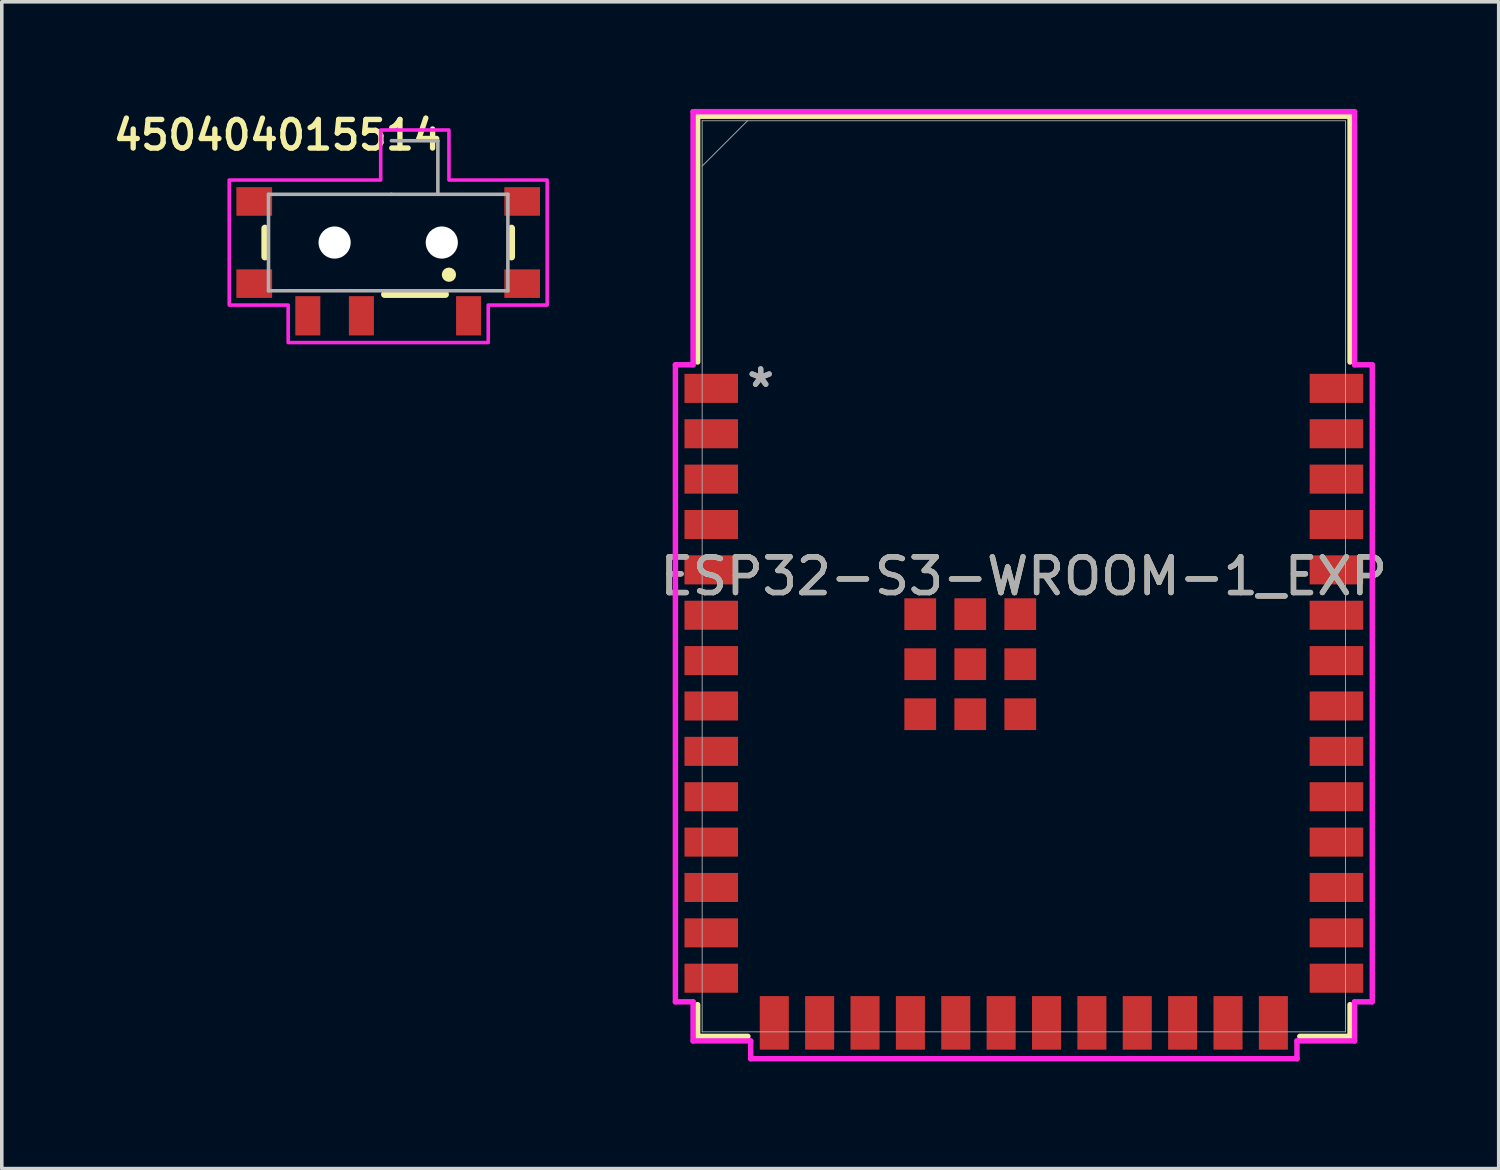
<source format=kicad_pcb>
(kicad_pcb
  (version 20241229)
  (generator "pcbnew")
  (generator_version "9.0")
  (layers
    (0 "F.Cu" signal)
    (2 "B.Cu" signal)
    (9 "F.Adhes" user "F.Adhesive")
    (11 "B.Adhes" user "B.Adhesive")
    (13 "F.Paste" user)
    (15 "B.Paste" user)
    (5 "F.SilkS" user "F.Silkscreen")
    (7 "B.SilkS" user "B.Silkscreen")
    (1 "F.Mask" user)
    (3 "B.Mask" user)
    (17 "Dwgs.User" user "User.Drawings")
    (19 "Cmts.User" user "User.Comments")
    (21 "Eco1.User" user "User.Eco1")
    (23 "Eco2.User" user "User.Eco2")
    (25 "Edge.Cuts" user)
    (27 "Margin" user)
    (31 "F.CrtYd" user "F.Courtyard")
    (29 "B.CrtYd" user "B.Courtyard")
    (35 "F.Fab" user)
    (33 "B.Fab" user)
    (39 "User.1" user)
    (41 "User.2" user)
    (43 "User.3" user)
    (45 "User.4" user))
  (footprint "ESP32-S3-WROOM-1_EXP"
    (layer "F.Cu")
    (at 25.608 13.081)
    (property "Reference" "ESP32-S3-WROOM-1_EXP" (at 0 0 0) (unlocked yes) (layer "F.SilkS") (effects (font (size 1 1) (thickness 0.15))))
    (attr smd)
    (fp_line (start -9.131 -12.878) (end -9.131 -5.999) (stroke (width 0.152) (type solid)) (layer "F.SilkS"))
    (fp_line (start -9.131 11.989) (end -9.131 12.878) (stroke (width 0.152) (type solid)) (layer "F.SilkS"))
    (fp_line (start -9.131 12.878) (end -7.724 12.878) (stroke (width 0.152) (type solid)) (layer "F.SilkS"))
    (fp_line (start 7.724 12.878) (end 9.131 12.878) (stroke (width 0.152) (type solid)) (layer "F.SilkS"))
    (fp_line (start 9.131 -12.878) (end -9.131 -12.878) (stroke (width 0.152) (type solid)) (layer "F.SilkS"))
    (fp_line (start 9.131 -5.999) (end 9.131 -12.878) (stroke (width 0.152) (type solid)) (layer "F.SilkS"))
    (fp_line (start 9.131 12.878) (end 9.131 11.989) (stroke (width 0.152) (type solid)) (layer "F.SilkS"))
    (fp_line (start -9.753 -5.92) (end -9.753 11.91) (stroke (width 0.152) (type solid)) (layer "F.CrtYd"))
    (fp_line (start -9.753 11.91) (end -9.258 11.91) (stroke (width 0.152) (type solid)) (layer "F.CrtYd"))
    (fp_line (start -9.258 -13.005) (end -9.258 -5.92) (stroke (width 0.152) (type solid)) (layer "F.CrtYd"))
    (fp_line (start -9.258 -5.92) (end -9.753 -5.92) (stroke (width 0.152) (type solid)) (layer "F.CrtYd"))
    (fp_line (start -9.258 11.91) (end -9.258 13.005) (stroke (width 0.152) (type solid)) (layer "F.CrtYd"))
    (fp_line (start -9.258 13.005) (end -7.645 13.005) (stroke (width 0.152) (type solid)) (layer "F.CrtYd"))
    (fp_line (start -7.645 13.005) (end -7.645 13.503) (stroke (width 0.152) (type solid)) (layer "F.CrtYd"))
    (fp_line (start -7.645 13.503) (end 7.645 13.503) (stroke (width 0.152) (type solid)) (layer "F.CrtYd"))
    (fp_line (start 7.645 13.005) (end 9.258 13.005) (stroke (width 0.152) (type solid)) (layer "F.CrtYd"))
    (fp_line (start 7.645 13.503) (end 7.645 13.005) (stroke (width 0.152) (type solid)) (layer "F.CrtYd"))
    (fp_line (start 9.258 -13.005) (end -9.258 -13.005) (stroke (width 0.152) (type solid)) (layer "F.CrtYd"))
    (fp_line (start 9.258 -5.92) (end 9.258 -13.005) (stroke (width 0.152) (type solid)) (layer "F.CrtYd"))
    (fp_line (start 9.258 11.91) (end 9.753 11.91) (stroke (width 0.152) (type solid)) (layer "F.CrtYd"))
    (fp_line (start 9.258 13.005) (end 9.258 11.91) (stroke (width 0.152) (type solid)) (layer "F.CrtYd"))
    (fp_line (start 9.753 -5.92) (end 9.258 -5.92) (stroke (width 0.152) (type solid)) (layer "F.CrtYd"))
    (fp_line (start 9.753 11.91) (end 9.753 -5.92) (stroke (width 0.152) (type solid)) (layer "F.CrtYd"))
    (fp_line (start -9.004 -12.751) (end -9.004 12.751) (stroke (width 0.025) (type solid)) (layer "F.Fab"))
    (fp_line (start -9.004 -11.481) (end -7.734 -12.751) (stroke (width 0.025) (type solid)) (layer "F.Fab"))
    (fp_line (start -9.004 12.751) (end 9.004 12.751) (stroke (width 0.025) (type solid)) (layer "F.Fab"))
    (fp_line (start 9.004 -12.751) (end -9.004 -12.751) (stroke (width 0.025) (type solid)) (layer "F.Fab"))
    (fp_line (start 9.004 12.751) (end 9.004 -12.751) (stroke (width 0.025) (type solid)) (layer "F.Fab"))
    (fp_text user "${REFERENCE}" (at 0 0 0) (unlocked yes) (layer "F.Fab") (effects (font (size 1 1) (thickness 0.15))))
    (fp_text user "*" (at -7.366 -5.26 0) (unlocked yes) (layer "F.Fab") (effects (font (size 1 1) (thickness 0.15))))
    (fp_text user "*" (at -7.366 -5.26 0) (layer "F.Fab") (effects (font (size 1 1) (thickness 0.15))))
    (pad "1" smd rect (at -8.75 -5.26) (size 1.499 0.813) (layers "F.Cu" "F.Mask" "F.Paste"))
    (pad "2" smd rect (at -8.75 -3.99) (size 1.499 0.813) (layers "F.Cu" "F.Mask" "F.Paste"))
    (pad "3" smd rect (at -8.75 -2.72) (size 1.499 0.813) (layers "F.Cu" "F.Mask" "F.Paste"))
    (pad "4" smd rect (at -8.75 -1.45) (size 1.499 0.813) (layers "F.Cu" "F.Mask" "F.Paste"))
    (pad "5" smd rect (at -8.75 -0.18) (size 1.499 0.813) (layers "F.Cu" "F.Mask" "F.Paste"))
    (pad "6" smd rect (at -8.75 1.09) (size 1.499 0.813) (layers "F.Cu" "F.Mask" "F.Paste"))
    (pad "7" smd rect (at -8.75 2.36) (size 1.499 0.813) (layers "F.Cu" "F.Mask" "F.Paste"))
    (pad "8" smd rect (at -8.75 3.63) (size 1.499 0.813) (layers "F.Cu" "F.Mask" "F.Paste"))
    (pad "9" smd rect (at -8.75 4.9) (size 1.499 0.813) (layers "F.Cu" "F.Mask" "F.Paste"))
    (pad "10" smd rect (at -8.75 6.17) (size 1.499 0.813) (layers "F.Cu" "F.Mask" "F.Paste"))
    (pad "11" smd rect (at -8.75 7.44) (size 1.499 0.813) (layers "F.Cu" "F.Mask" "F.Paste"))
    (pad "12" smd rect (at -8.75 8.71) (size 1.499 0.813) (layers "F.Cu" "F.Mask" "F.Paste"))
    (pad "13" smd rect (at -8.75 9.98) (size 1.499 0.813) (layers "F.Cu" "F.Mask" "F.Paste"))
    (pad "14" smd rect (at -8.75 11.25) (size 1.499 0.813) (layers "F.Cu" "F.Mask" "F.Paste"))
    (pad "15" smd rect (at -6.985 12.5 90) (size 1.499 0.813) (layers "F.Cu" "F.Mask" "F.Paste"))
    (pad "16" smd rect (at -5.715 12.5 90) (size 1.499 0.813) (layers "F.Cu" "F.Mask" "F.Paste"))
    (pad "17" smd rect (at -4.445 12.5 90) (size 1.499 0.813) (layers "F.Cu" "F.Mask" "F.Paste"))
    (pad "18" smd rect (at -3.175 12.5 90) (size 1.499 0.813) (layers "F.Cu" "F.Mask" "F.Paste"))
    (pad "19" smd rect (at -1.905 12.5 90) (size 1.499 0.813) (layers "F.Cu" "F.Mask" "F.Paste"))
    (pad "20" smd rect (at -0.635 12.5 90) (size 1.499 0.813) (layers "F.Cu" "F.Mask" "F.Paste"))
    (pad "21" smd rect (at 0.635 12.5 90) (size 1.499 0.813) (layers "F.Cu" "F.Mask" "F.Paste"))
    (pad "22" smd rect (at 1.905 12.5 90) (size 1.499 0.813) (layers "F.Cu" "F.Mask" "F.Paste"))
    (pad "23" smd rect (at 3.175 12.5 90) (size 1.499 0.813) (layers "F.Cu" "F.Mask" "F.Paste"))
    (pad "24" smd rect (at 4.445 12.5 90) (size 1.499 0.813) (layers "F.Cu" "F.Mask" "F.Paste"))
    (pad "25" smd rect (at 5.715 12.5 90) (size 1.499 0.813) (layers "F.Cu" "F.Mask" "F.Paste"))
    (pad "26" smd rect (at 6.985 12.5 90) (size 1.499 0.813) (layers "F.Cu" "F.Mask" "F.Paste"))
    (pad "27" smd rect (at 8.75 11.25) (size 1.499 0.813) (layers "F.Cu" "F.Mask" "F.Paste"))
    (pad "28" smd rect (at 8.75 9.98) (size 1.499 0.813) (layers "F.Cu" "F.Mask" "F.Paste"))
    (pad "29" smd rect (at 8.75 8.71) (size 1.499 0.813) (layers "F.Cu" "F.Mask" "F.Paste"))
    (pad "30" smd rect (at 8.75 7.44) (size 1.499 0.813) (layers "F.Cu" "F.Mask" "F.Paste"))
    (pad "31" smd rect (at 8.75 6.17) (size 1.499 0.813) (layers "F.Cu" "F.Mask" "F.Paste"))
    (pad "32" smd rect (at 8.75 4.9) (size 1.499 0.813) (layers "F.Cu" "F.Mask" "F.Paste"))
    (pad "33" smd rect (at 8.75 3.63) (size 1.499 0.813) (layers "F.Cu" "F.Mask" "F.Paste"))
    (pad "34" smd rect (at 8.75 2.36) (size 1.499 0.813) (layers "F.Cu" "F.Mask" "F.Paste"))
    (pad "35" smd rect (at 8.75 1.09) (size 1.499 0.813) (layers "F.Cu" "F.Mask" "F.Paste"))
    (pad "36" smd rect (at 8.75 -0.18) (size 1.499 0.813) (layers "F.Cu" "F.Mask" "F.Paste"))
    (pad "37" smd rect (at 8.75 -1.45) (size 1.499 0.813) (layers "F.Cu" "F.Mask" "F.Paste"))
    (pad "38" smd rect (at 8.75 -2.72) (size 1.499 0.813) (layers "F.Cu" "F.Mask" "F.Paste"))
    (pad "39" smd rect (at 8.75 -3.99) (size 1.499 0.813) (layers "F.Cu" "F.Mask" "F.Paste"))
    (pad "40" smd rect (at 8.75 -5.26) (size 1.499 0.813) (layers "F.Cu" "F.Mask" "F.Paste"))
    (pad "41" smd rect (at -1.5 2.46) (size 0.889 0.889) (layers "F.Cu" "F.Mask" "F.Paste"))
    (pad "42" smd rect (at -2.9 1.06) (size 0.889 0.889) (layers "F.Cu" "F.Mask" "F.Paste"))
    (pad "43" smd rect (at -2.9 2.46) (size 0.889 0.889) (layers "F.Cu" "F.Mask" "F.Paste"))
    (pad "44" smd rect (at -2.9 3.86) (size 0.889 0.889) (layers "F.Cu" "F.Mask" "F.Paste"))
    (pad "45" smd rect (at -1.5 3.86) (size 0.889 0.889) (layers "F.Cu" "F.Mask" "F.Paste"))
    (pad "46" smd rect (at -0.1 3.86) (size 0.889 0.889) (layers "F.Cu" "F.Mask" "F.Paste"))
    (pad "47" smd rect (at -0.1 2.46) (size 0.889 0.889) (layers "F.Cu" "F.Mask" "F.Paste"))
    (pad "48" smd rect (at -0.1 1.06) (size 0.889 0.889) (layers "F.Cu" "F.Mask" "F.Paste"))
    (pad "49" smd rect (at -1.5 1.06) (size 0.889 0.889) (layers "F.Cu" "F.Mask" "F.Paste"))
    (zone (net_name "") (layer "F.Cu") (hatch full 0.508) (connect_pads) (min_thickness 0.254) (filled_areas_thickness no) (keepout (tracks not_allowed) (vias not_allowed) (pads allowed) (copperpour not_allowed) (footprints allowed)) (placement (enabled no)) (fill) (polygon (pts (xy 16.604 0.33) (xy 16.604 6.325) (xy 34.612 6.325) (xy 34.612 0.33)))))
  (footprint "450404015514"
    (layer "F.Cu")
    (at 7.816 3.739)
    (property "Reference" "450404015514" (at -3.1 -3.008 0) (layer "F.SilkS") (effects (font (size 0.8 0.8) (thickness 0.15))))
    (attr smd)
    (fp_line (start -3.45 -0.4) (end -3.45 0.4) (stroke (width 0.2) (type solid)) (layer "F.SilkS"))
    (fp_line (start -0.1 1.45) (end 1.6 1.45) (stroke (width 0.2) (type solid)) (layer "F.SilkS"))
    (fp_line (start 3.45 0.4) (end 3.45 -0.4) (stroke (width 0.2) (type solid)) (layer "F.SilkS"))
    (fp_circle (center 1.7 0.9) (end 1.8 0.9) (stroke (width 0.2) (type solid)) (fill no) (layer "F.SilkS"))
    (fp_poly (pts (xy -0.21 -3.15) (xy 1.7 -3.15) (xy 1.7 -1.75) (xy 4.45 -1.75) (xy 4.45 1.75) (xy 2.8 1.75) (xy 2.8 2.8) (xy -2.8 2.8) (xy -2.8 1.75) (xy -4.45 1.75) (xy -4.45 -1.75) (xy -0.21 -1.75)) (stroke (width 0.1) (type solid)) (fill no) (layer "F.CrtYd"))
    (fp_line (start -3.35 -1.35) (end 0.09 -1.35) (stroke (width 0.1) (type solid)) (layer "F.Fab"))
    (fp_line (start -3.35 1.35) (end -3.35 -1.35) (stroke (width 0.1) (type solid)) (layer "F.Fab"))
    (fp_line (start 0.09 -2.85) (end 1.39 -2.85) (stroke (width 0.1) (type solid)) (layer "F.Fab"))
    (fp_line (start 0.09 -1.35) (end 1.39 -1.35) (stroke (width 0.1) (type solid)) (layer "F.Fab"))
    (fp_line (start 1.39 -2.85) (end 1.39 -1.35) (stroke (width 0.1) (type solid)) (layer "F.Fab"))
    (fp_line (start 1.39 -1.35) (end 3.35 -1.35) (stroke (width 0.1) (type solid)) (layer "F.Fab"))
    (fp_line (start 3.35 -1.35) (end 3.35 1.35) (stroke (width 0.1) (type solid)) (layer "F.Fab"))
    (fp_line (start 3.35 1.35) (end -3.35 1.35) (stroke (width 0.1) (type solid)) (layer "F.Fab"))
    (pad "" np_thru_hole circle (at -1.5 0) (size 0.9 0.9) (drill 0.9) (layers "*.Cu" "*.Mask"))
    (pad "" np_thru_hole circle (at 1.5 0) (size 0.9 0.9) (drill 0.9) (layers "*.Cu" "*.Mask"))
    (pad "1" smd rect (at 2.25 2.05) (size 0.7 1.1) (layers "F.Cu" "F.Mask" "F.Paste"))
    (pad "2" smd rect (at -0.75 2.05) (size 0.7 1.1) (layers "F.Cu" "F.Mask" "F.Paste"))
    (pad "3" smd rect (at -2.25 2.05) (size 0.7 1.1) (layers "F.Cu" "F.Mask" "F.Paste"))
    (pad "Z1" smd rect (at -3.75 -1.15) (size 1 0.8) (layers "F.Cu" "F.Mask" "F.Paste"))
    (pad "Z2" smd rect (at 3.75 -1.15) (size 1 0.8) (layers "F.Cu" "F.Mask" "F.Paste"))
    (pad "Z3" smd rect (at 3.75 1.15) (size 1 0.8) (layers "F.Cu" "F.Mask" "F.Paste"))
    (pad "Z4" smd rect (at -3.75 1.15) (size 1 0.8) (layers "F.Cu" "F.Mask" "F.Paste")))
  (gr_rect
    (start -3 -3)
    (end 38.9 29.66)
    (stroke (width 0.1) (type default))
    (fill no)
    (layer "Edge.Cuts")))
</source>
